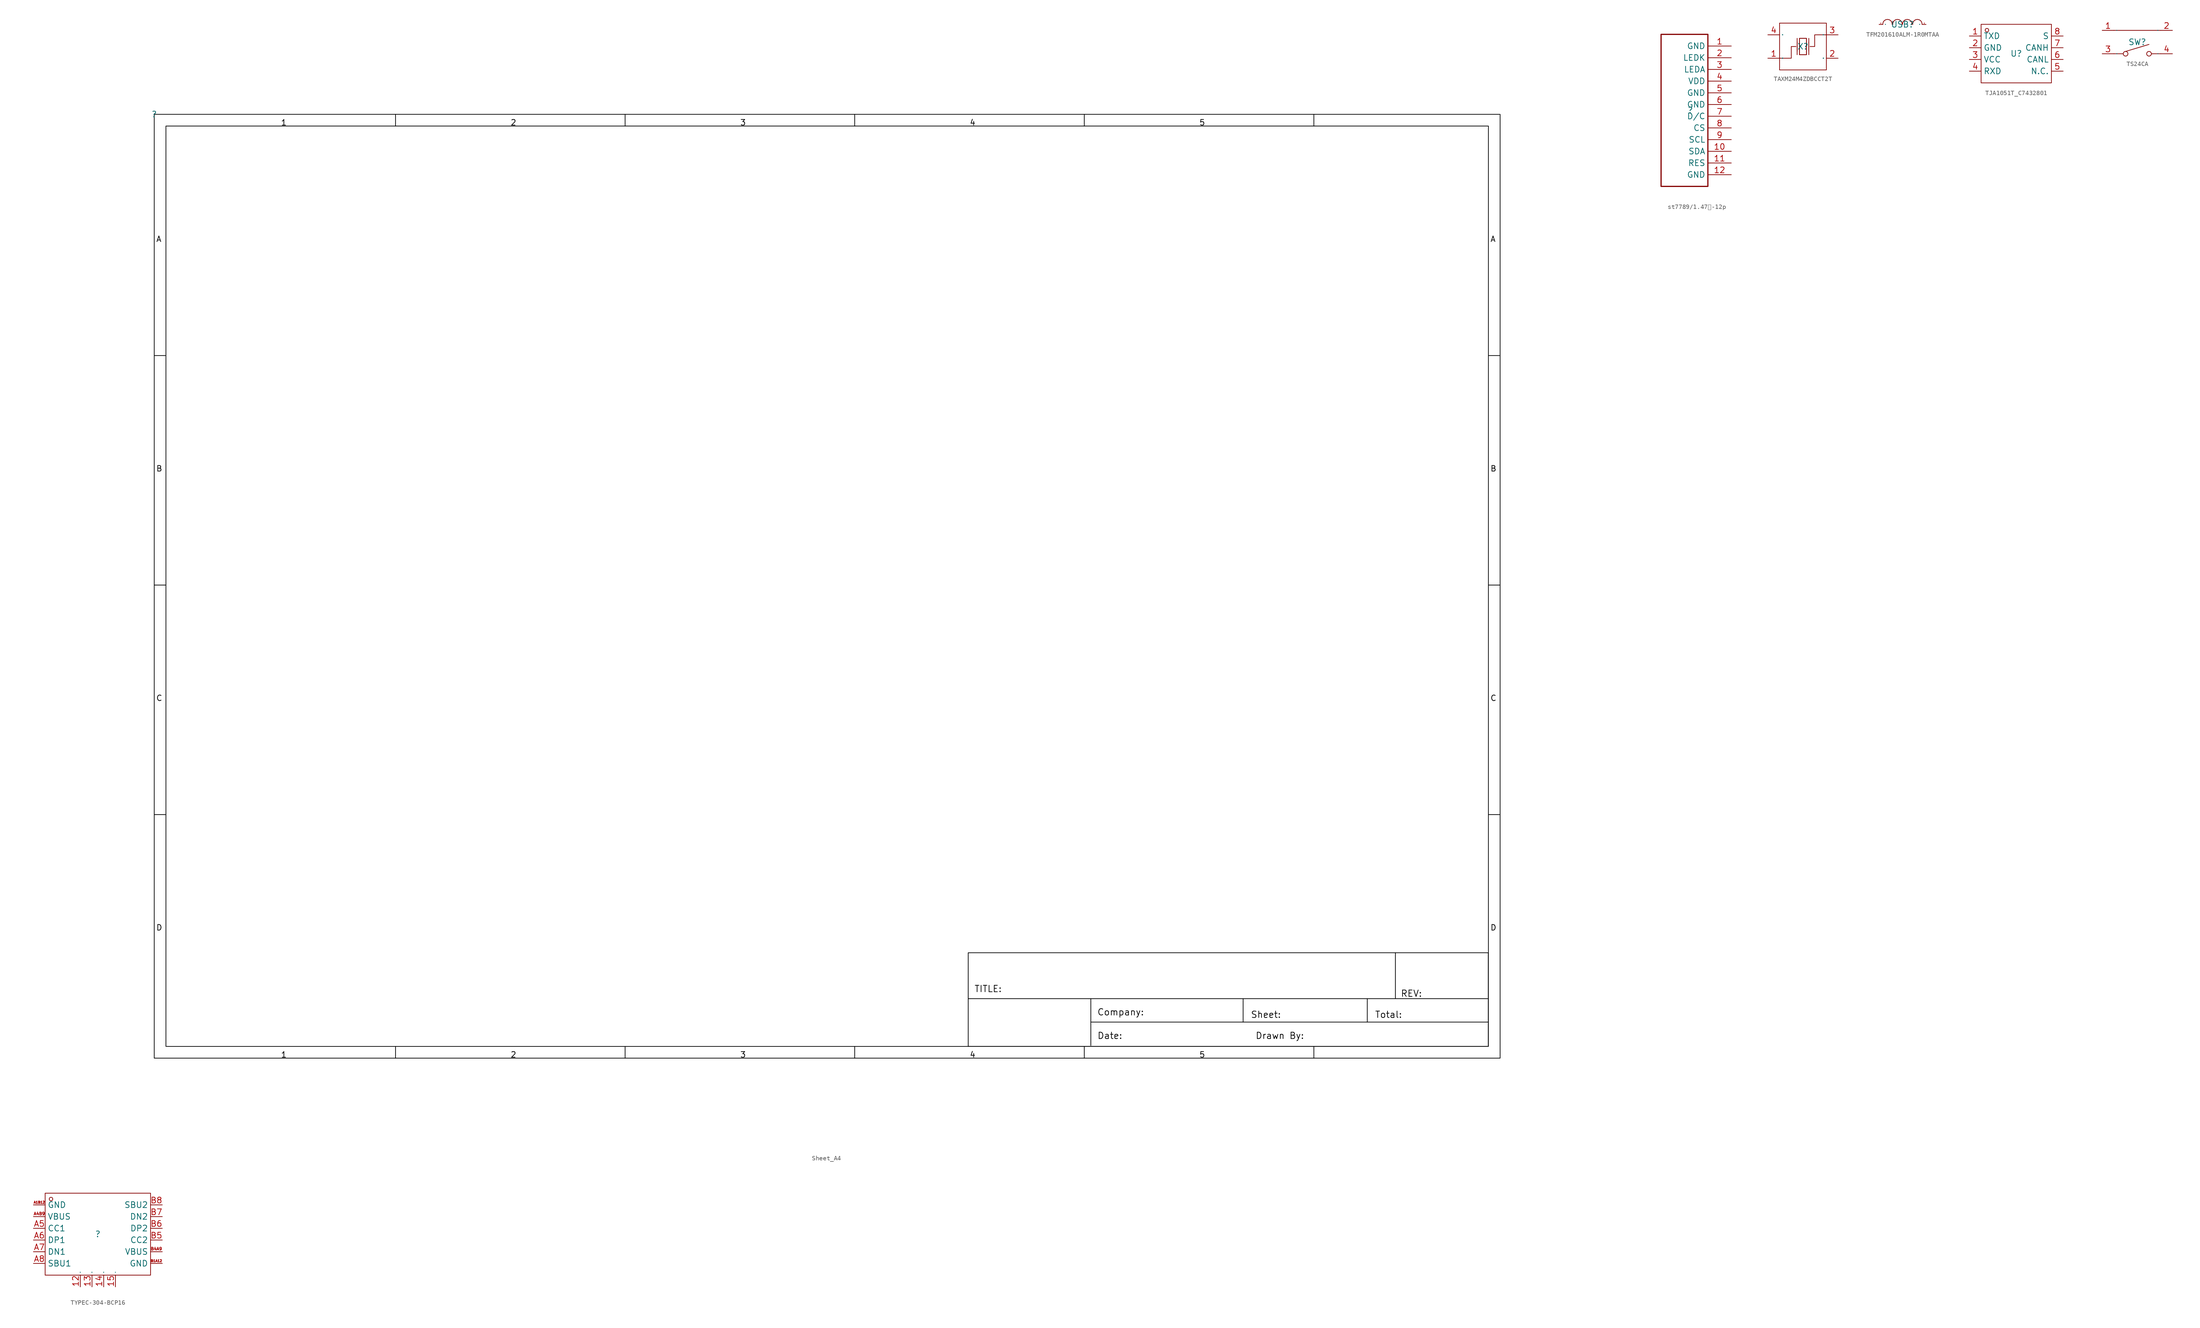
<source format=kicad_sym>
(kicad_symbol_lib
  (version 20231120)
  (generator "kicad_symbol_editor")
  (generator_version "8.0")
  (symbol "Sheet_A4"
    (property "Reference" ""
      (at 0 0 0)
      (effects (font (size 1.27 1.27))))
    (property "Value" ""
      (at 0 0 0)
      (effects (font (size 1.27 1.27))))
    (symbol "Sheet_A4_1_0"
      (polyline (pts (xy 2.54 -151.892) (xy 0 -151.892)) (stroke (width 0) (type default) (color 0 0 0 1)) (fill (type none)))
      (polyline (pts (xy 2.54 -102.108) (xy 0 -102.108)) (stroke (width 0) (type default) (color 0 0 0 1)) (fill (type none)))
      (polyline (pts (xy 2.54 -52.324) (xy 0 -52.324)) (stroke (width 0) (type default) (color 0 0 0 1)) (fill (type none)))
      (polyline (pts (xy 52.324 -202.184) (xy 52.324 -204.724)) (stroke (width 0) (type default) (color 0 0 0 1)) (fill (type none)))
      (polyline (pts (xy 52.324 -2.54) (xy 52.324 0)) (stroke (width 0) (type default) (color 0 0 0 1)) (fill (type none)))
      (polyline (pts (xy 102.108 -202.184) (xy 102.108 -204.724)) (stroke (width 0) (type default) (color 0 0 0 1)) (fill (type none)))
      (polyline (pts (xy 102.108 -2.54) (xy 102.108 0)) (stroke (width 0) (type default) (color 0 0 0 1)) (fill (type none)))
      (polyline (pts (xy 151.892 -202.184) (xy 151.892 -204.724)) (stroke (width 0) (type default) (color 0 0 0 1)) (fill (type none)))
      (polyline (pts (xy 151.892 -2.54) (xy 151.892 0)) (stroke (width 0) (type default) (color 0 0 0 1)) (fill (type none)))
      (polyline (pts (xy 176.555 -191.821) (xy 289.204 -191.821)) (stroke (width 0) (type default) (color 0 0 0 1)) (fill (type none)))
      (polyline (pts (xy 201.676 -202.184) (xy 201.676 -204.724)) (stroke (width 0) (type default) (color 0 0 0 1)) (fill (type none)))
      (polyline (pts (xy 201.676 -2.54) (xy 201.676 0)) (stroke (width 0) (type default) (color 0 0 0 1)) (fill (type none)))
      (polyline (pts (xy 203.098 -196.901) (xy 289.204 -196.901)) (stroke (width 0) (type default) (color 0 0 0 1)) (fill (type none)))
      (polyline (pts (xy 203.098 -191.821) (xy 203.098 -201.981)) (stroke (width 0) (type default) (color 0 0 0 1)) (fill (type none)))
      (polyline (pts (xy 236.118 -191.821) (xy 236.118 -196.901)) (stroke (width 0) (type default) (color 0 0 0 1)) (fill (type none)))
      (polyline (pts (xy 251.46 -202.184) (xy 251.46 -204.724)) (stroke (width 0) (type default) (color 0 0 0 1)) (fill (type none)))
      (polyline (pts (xy 251.46 -2.54) (xy 251.46 0)) (stroke (width 0) (type default) (color 0 0 0 1)) (fill (type none)))
      (polyline (pts (xy 263.042 -191.821) (xy 263.042 -196.901)) (stroke (width 0) (type default) (color 0 0 0 1)) (fill (type none)))
      (polyline (pts (xy 269.138 -181.864) (xy 269.138 -191.821)) (stroke (width 0) (type default) (color 0 0 0 1)) (fill (type none)))
      (polyline (pts (xy 289.306 -151.892) (xy 291.846 -151.892)) (stroke (width 0) (type default) (color 0 0 0 1)) (fill (type none)))
      (polyline (pts (xy 289.306 -102.108) (xy 291.846 -102.108)) (stroke (width 0) (type default) (color 0 0 0 1)) (fill (type none)))
      (polyline (pts (xy 289.306 -52.324) (xy 291.846 -52.324)) (stroke (width 0) (type default) (color 0 0 0 1)) (fill (type none)))
      (rectangle (start 0 0) (end 291.846 -204.724) (stroke (width 0) (type default) (color 0 0 0 1)) (fill (type none)))
      (rectangle (start 2.54 -2.54) (end 289.306 -202.184) (stroke (width 0) (type default) (color 0 0 0 1)) (fill (type none)))
      (rectangle (start 176.505 -181.864) (end 289.281 -202.184) (stroke (width 0) (type default) (color 0 0 0 1)) (fill (type none)))
      (text "1" (at 27.432 -204.673 0) (effects (font (size 1.219 1.219) (color 0 0 0 1)) (justify left bottom)))
      (text "1" (at 27.432 -2.489 0) (effects (font (size 1.219 1.219) (color 0 0 0 1)) (justify left bottom)))
      (text "2" (at 77.216 -204.673 0) (effects (font (size 1.219 1.219) (color 0 0 0 1)) (justify left bottom)))
      (text "2" (at 77.216 -2.489 0) (effects (font (size 1.219 1.219) (color 0 0 0 1)) (justify left bottom)))
      (text "3" (at 127 -204.673 0) (effects (font (size 1.219 1.219) (color 0 0 0 1)) (justify left bottom)))
      (text "3" (at 127 -2.489 0) (effects (font (size 1.219 1.219) (color 0 0 0 1)) (justify left bottom)))
      (text "4" (at 176.784 -204.673 0) (effects (font (size 1.219 1.219) (color 0 0 0 1)) (justify left bottom)))
      (text "4" (at 176.784 -2.489 0) (effects (font (size 1.219 1.219) (color 0 0 0 1)) (justify left bottom)))
      (text "5" (at 226.568 -204.673 0) (effects (font (size 1.219 1.219) (color 0 0 0 1)) (justify left bottom)))
      (text "5" (at 226.568 -2.489 0) (effects (font (size 1.219 1.219) (color 0 0 0 1)) (justify left bottom)))
      (text "A" (at 0.381 -27.762 0) (effects (font (size 1.219 1.219) (color 0 0 0 1)) (justify left bottom)))
      (text "A" (at 289.687 -27.762 0) (effects (font (size 1.219 1.219) (color 0 0 0 1)) (justify left bottom)))
      (text "B" (at 0.381 -77.546 0) (effects (font (size 1.219 1.219) (color 0 0 0 1)) (justify left bottom)))
      (text "B" (at 289.687 -77.546 0) (effects (font (size 1.219 1.219) (color 0 0 0 1)) (justify left bottom)))
      (text "C" (at 0.381 -127.33 0) (effects (font (size 1.219 1.219) (color 0 0 0 1)) (justify left bottom)))
      (text "C" (at 289.687 -127.33 0) (effects (font (size 1.219 1.219) (color 0 0 0 1)) (justify left bottom)))
      (text "Company:" (at 204.445 -195.555 0) (effects (font (size 1.397 1.397) (color 0 0 0 1)) (justify left bottom)))
      (text "D" (at 0.381 -177.114 0) (effects (font (size 1.219 1.219) (color 0 0 0 1)) (justify left bottom)))
      (text "D" (at 289.687 -177.114 0) (effects (font (size 1.219 1.219) (color 0 0 0 1)) (justify left bottom)))
      (text "Date:" (at 204.47 -200.66 0) (effects (font (size 1.397 1.397) (color 0 0 0 1)) (justify left bottom)))
      (text "Drawn By:" (at 238.76 -200.66 0) (effects (font (size 1.397 1.397) (color 0 0 0 1)) (justify left bottom)))
      (text "REV:" (at 270.256 -191.516 0) (effects (font (size 1.397 1.397) (color 0 0 0 1)) (justify left bottom)))
      (text "Sheet:" (at 237.744 -196.088 0) (effects (font (size 1.397 1.397) (color 0 0 0 1)) (justify left bottom)))
      (text "TITLE:" (at 177.8 -190.5 0) (effects (font (size 1.397 1.397) (color 0 0 0 1)) (justify left bottom)))
      (text "Total:" (at 264.668 -196.088 0) (effects (font (size 1.397 1.397) (color 0 0 0 1)) (justify left bottom)))))
  (symbol "st7789/1.47寸-12p"
    (property "Reference" ""
      (at 0 0 0)
      (effects (font (size 1.27 1.27))))
    (property "Value" ""
      (at 0 0 0)
      (effects (font (size 1.27 1.27))))
    (symbol "st7789/1.47寸-12p_1_0"
      (rectangle (start -6.35 16.51) (end 3.81 -16.51) (stroke (width 0.254) (type solid)) (fill (type none)))
      (pin input line (at 8.89 13.97 180) (length 5.08) (name "GND" (effects (font (size 1.27 1.27)))) (number "1" (effects (font (size 1.27 1.27)))))
      (pin input line (at 8.89 -8.89 180) (length 5.08) (name "SDA" (effects (font (size 1.27 1.27)))) (number "10" (effects (font (size 1.27 1.27)))))
      (pin input line (at 8.89 -11.43 180) (length 5.08) (name "RES" (effects (font (size 1.27 1.27)))) (number "11" (effects (font (size 1.27 1.27)))))
      (pin input line (at 8.89 -13.97 180) (length 5.08) (name "GND" (effects (font (size 1.27 1.27)))) (number "12" (effects (font (size 1.27 1.27)))))
      (pin input line (at 8.89 11.43 180) (length 5.08) (name "LEDK" (effects (font (size 1.27 1.27)))) (number "2" (effects (font (size 1.27 1.27)))))
      (pin input line (at 8.89 8.89 180) (length 5.08) (name "LEDA" (effects (font (size 1.27 1.27)))) (number "3" (effects (font (size 1.27 1.27)))))
      (pin input line (at 8.89 6.35 180) (length 5.08) (name "VDD" (effects (font (size 1.27 1.27)))) (number "4" (effects (font (size 1.27 1.27)))))
      (pin input line (at 8.89 3.81 180) (length 5.08) (name "GND" (effects (font (size 1.27 1.27)))) (number "5" (effects (font (size 1.27 1.27)))))
      (pin input line (at 8.89 1.27 180) (length 5.08) (name "GND" (effects (font (size 1.27 1.27)))) (number "6" (effects (font (size 1.27 1.27)))))
      (pin input line (at 8.89 -1.27 180) (length 5.08) (name "D/C" (effects (font (size 1.27 1.27)))) (number "7" (effects (font (size 1.27 1.27)))))
      (pin input line (at 8.89 -3.81 180) (length 5.08) (name "CS" (effects (font (size 1.27 1.27)))) (number "8" (effects (font (size 1.27 1.27)))))
      (pin input line (at 8.89 -6.35 180) (length 5.08) (name "SCL" (effects (font (size 1.27 1.27)))) (number "9" (effects (font (size 1.27 1.27)))))))
  (symbol "TAXM24M4ZDBCCT2T"
    (property "Reference" "X"
      (at 0 0 0)
      (effects (font (size 1.27 1.27))))
    (symbol "TAXM24M4ZDBCCT2T_1_0"
      (rectangle (start -5.08 -5.08) (end 5.08 5.08) (stroke (width 0) (type default)) (fill (type none)))
      (polyline (pts (xy -1.27 -1.778) (xy -1.27 1.778)) (stroke (width 0) (type default)) (fill (type none)))
      (polyline (pts (xy -1.27 -1.016) (xy -1.27 1.016)) (stroke (width 0) (type default)) (fill (type none)))
      (polyline (pts (xy 0.762 -1.778) (xy -0.762 -1.778)) (stroke (width 0) (type default)) (fill (type none)))
      (polyline (pts (xy 1.27 -1.778) (xy 1.27 1.778)) (stroke (width 0) (type default)) (fill (type none)))
      (polyline (pts (xy 1.27 -1.016) (xy 1.27 1.016)) (stroke (width 0) (type default)) (fill (type none)))
      (polyline (pts (xy -5.08 -2.54) (xy -2.54 -2.54) (xy -2.54 -2.54) (xy -2.54 0) (xy -2.54 0) (xy -1.524 0)) (stroke (width 0) (type default)) (fill (type none)))
      (polyline (pts (xy -0.762 -1.778) (xy -0.762 1.778) (xy -0.762 1.778) (xy 0.762 1.778) (xy 0.762 1.778) (xy 0.762 -1.778)) (stroke (width 0) (type default)) (fill (type none)))
      (polyline (pts (xy 5.08 2.54) (xy 2.54 2.54) (xy 2.54 2.54) (xy 2.54 0) (xy 2.54 0) (xy 1.524 0)) (stroke (width 0) (type default)) (fill (type none)))
      (polyline (pts (xy 0.762 1.778) (xy 0.762 -1.778) (xy 0.762 -1.778) (xy -0.762 -1.778) (xy -0.762 -1.778) (xy -0.762 1.778) (xy -0.762 1.778) (xy 0.762 1.778)) (stroke (width 0) (type default)) (fill (type none)))
      (pin unspecified line (at -7.62 -2.54 0) (length 2.54) (name "OSC1" (effects (font (size 0.025 0.025)))) (number "1" (effects (font (size 1.27 1.27)))))
      (pin unspecified line (at 7.62 -2.54 180) (length 2.54) (name "GND" (effects (font (size 0.025 0.025)))) (number "2" (effects (font (size 1.27 1.27)))))
      (pin unspecified line (at 7.62 2.54 180) (length 2.54) (name "OSC2" (effects (font (size 0.025 0.025)))) (number "3" (effects (font (size 1.27 1.27)))))
      (pin unspecified line (at -7.62 2.54 0) (length 2.54) (name "GND" (effects (font (size 0.025 0.025)))) (number "4" (effects (font (size 1.27 1.27)))))))
  (symbol "TFM201610ALM-1R0MTAA"
    (property "Reference" "USB"
      (at 0 0 0)
      (effects (font (size 1.27 1.27))))
    (symbol "TFM201610ALM-1R0MTAA_1_0"
      (arc (start -2.2606 0) (mid -3.2639 1.0922) (end -4.2672 0) (stroke (width 0) (type default)) (fill (type none)))
      (arc (start -0.1016 0) (mid -1.1049 1.0922) (end -2.1082 0) (stroke (width 0) (type default)) (fill (type none)))
      (arc (start 2.032 0) (mid 1.016 1.0922) (end 0 0) (stroke (width 0) (type default)) (fill (type none)))
      (arc (start 4.2164 0) (mid 3.213 1.0923) (end 2.2098 0) (stroke (width 0) (type default)) (fill (type none)))
      (pin input line (at -5.08 0 0) (length 0.762) (name "1" (effects (font (size 0.025 0.025)))) (number "1" (effects (font (size 0.025 0.025)))))
      (pin input line (at 5.08 0 180) (length 0.762) (name "2" (effects (font (size 0.025 0.025)))) (number "2" (effects (font (size 0.025 0.025)))))))
  (symbol "TJA1051T_C7432801"
    (property "Reference" "U"
      (at 0 0 0)
      (effects (font (size 1.27 1.27))))
    (property "Value" ""
      (at 0 0 0)
      (effects (font (size 1.27 1.27))))
    (symbol "TJA1051T_C7432801_1_0"
      (rectangle (start -7.62 -6.35) (end 7.62 6.35) (stroke (width 0) (type default)) (fill (type none)))
      (circle (center -6.35 5.08) (radius 0.381) (stroke (width 0) (type default)) (fill (type none)))
      (pin unspecified line (at -10.16 3.81 0) (length 2.54) (name "TXD" (effects (font (size 1.27 1.27)))) (number "1" (effects (font (size 1.27 1.27)))))
      (pin unspecified line (at -10.16 1.27 0) (length 2.54) (name "GND" (effects (font (size 1.27 1.27)))) (number "2" (effects (font (size 1.27 1.27)))))
      (pin unspecified line (at -10.16 -1.27 0) (length 2.54) (name "VCC" (effects (font (size 1.27 1.27)))) (number "3" (effects (font (size 1.27 1.27)))))
      (pin unspecified line (at -10.16 -3.81 0) (length 2.54) (name "RXD" (effects (font (size 1.27 1.27)))) (number "4" (effects (font (size 1.27 1.27)))))
      (pin unspecified line (at 10.16 -3.81 180) (length 2.54) (name "N.C." (effects (font (size 1.27 1.27)))) (number "5" (effects (font (size 1.27 1.27)))))
      (pin unspecified line (at 10.16 -1.27 180) (length 2.54) (name "CANL" (effects (font (size 1.27 1.27)))) (number "6" (effects (font (size 1.27 1.27)))))
      (pin unspecified line (at 10.16 1.27 180) (length 2.54) (name "CANH" (effects (font (size 1.27 1.27)))) (number "7" (effects (font (size 1.27 1.27)))))
      (pin unspecified line (at 10.16 3.81 180) (length 2.54) (name "S" (effects (font (size 1.27 1.27)))) (number "8" (effects (font (size 1.27 1.27)))))))
  (symbol "TS24CA"
    (property "Reference" "SW"
      (at 0 0 0)
      (effects (font (size 1.27 1.27))))
    (property "Value" ""
      (at 0 0 0)
      (effects (font (size 1.27 1.27))))
    (symbol "TS24CA_1_0"
      (circle (center -2.54 -2.54) (radius 0.508) (stroke (width 0) (type default)) (fill (type none)))
      (polyline (pts (xy -5.08 2.54) (xy 5.08 2.54)) (stroke (width 0) (type default)) (fill (type none)))
      (polyline (pts (xy -3.048 -2.54) (xy -5.08 -2.54)) (stroke (width 0) (type default)) (fill (type none)))
      (polyline (pts (xy 3.048 -2.54) (xy 5.08 -2.54)) (stroke (width 0) (type default)) (fill (type none)))
      (polyline (pts (xy -2.54 -2.032) (xy 2.54 -0.508) (xy 2.54 -0.508) (xy 2.54 -0.508)) (stroke (width 0) (type default)) (fill (type none)))
      (circle (center 2.54 -2.54) (radius 0.508) (stroke (width 0) (type default)) (fill (type none)))
      (pin input line (at -7.62 2.54 0) (length 2.54) (name "1" (effects (font (size 0.025 0.025)))) (number "1" (effects (font (size 1.27 1.27)))))
      (pin input line (at 7.62 2.54 180) (length 2.54) (name "2" (effects (font (size 0.025 0.025)))) (number "2" (effects (font (size 1.27 1.27)))))
      (pin input line (at -7.62 -2.54 0) (length 2.54) (name "3" (effects (font (size 0.025 0.025)))) (number "3" (effects (font (size 1.27 1.27)))))
      (pin input line (at 7.62 -2.54 180) (length 2.54) (name "4" (effects (font (size 0.025 0.025)))) (number "4" (effects (font (size 1.27 1.27)))))))
  (symbol "TYPEC-304-BCP16"
    (property "Reference" ""
      (at 0 0 0)
      (effects (font (size 1.27 1.27))))
    (property "Value" ""
      (at 0 0 0)
      (effects (font (size 1.27 1.27))))
    (symbol "TYPEC-304-BCP16_1_0"
      (rectangle (start -11.43 -8.89) (end 11.43 8.89) (stroke (width 0) (type default)) (fill (type none)))
      (circle (center -10.16 7.62) (radius 0.381) (stroke (width 0) (type default)) (fill (type none)))
      (pin unspecified line (at -3.81 -11.43 90) (length 2.54) (name "1" (effects (font (size 0.025 0.025)))) (number "12" (effects (font (size 1.27 1.27)))))
      (pin unspecified line (at -1.27 -11.43 90) (length 2.54) (name "2" (effects (font (size 0.025 0.025)))) (number "13" (effects (font (size 1.27 1.27)))))
      (pin unspecified line (at 1.27 -11.43 90) (length 2.54) (name "3" (effects (font (size 0.025 0.025)))) (number "14" (effects (font (size 1.27 1.27)))))
      (pin unspecified line (at 3.81 -11.43 90) (length 2.54) (name "4" (effects (font (size 0.025 0.025)))) (number "15" (effects (font (size 1.27 1.27)))))
      (pin unspecified line (at -13.97 6.35 0) (length 2.54) (name "GND" (effects (font (size 1.27 1.27)))) (number "A1B12" (effects (font (size 0.508 0.508)))))
      (pin unspecified line (at -13.97 3.81 0) (length 2.54) (name "VBUS" (effects (font (size 1.27 1.27)))) (number "A4B9" (effects (font (size 0.635 0.635)))))
      (pin unspecified line (at -13.97 1.27 0) (length 2.54) (name "CC1" (effects (font (size 1.27 1.27)))) (number "A5" (effects (font (size 1.27 1.27)))))
      (pin unspecified line (at -13.97 -1.27 0) (length 2.54) (name "DP1" (effects (font (size 1.27 1.27)))) (number "A6" (effects (font (size 1.27 1.27)))))
      (pin unspecified line (at -13.97 -3.81 0) (length 2.54) (name "DN1" (effects (font (size 1.27 1.27)))) (number "A7" (effects (font (size 1.27 1.27)))))
      (pin unspecified line (at -13.97 -6.35 0) (length 2.54) (name "SBU1" (effects (font (size 1.27 1.27)))) (number "A8" (effects (font (size 1.27 1.27)))))
      (pin unspecified line (at 13.97 -6.35 180) (length 2.54) (name "GND" (effects (font (size 1.27 1.27)))) (number "B1A12" (effects (font (size 0.508 0.508)))))
      (pin unspecified line (at 13.97 -3.81 180) (length 2.54) (name "VBUS" (effects (font (size 1.27 1.27)))) (number "B4A9" (effects (font (size 0.635 0.635)))))
      (pin unspecified line (at 13.97 -1.27 180) (length 2.54) (name "CC2" (effects (font (size 1.27 1.27)))) (number "B5" (effects (font (size 1.27 1.27)))))
      (pin unspecified line (at 13.97 1.27 180) (length 2.54) (name "DP2" (effects (font (size 1.27 1.27)))) (number "B6" (effects (font (size 1.27 1.27)))))
      (pin unspecified line (at 13.97 3.81 180) (length 2.54) (name "DN2" (effects (font (size 1.27 1.27)))) (number "B7" (effects (font (size 1.27 1.27)))))
      (pin unspecified line (at 13.97 6.35 180) (length 2.54) (name "SBU2" (effects (font (size 1.27 1.27)))) (number "B8" (effects (font (size 1.27 1.27))))))))
</source>
